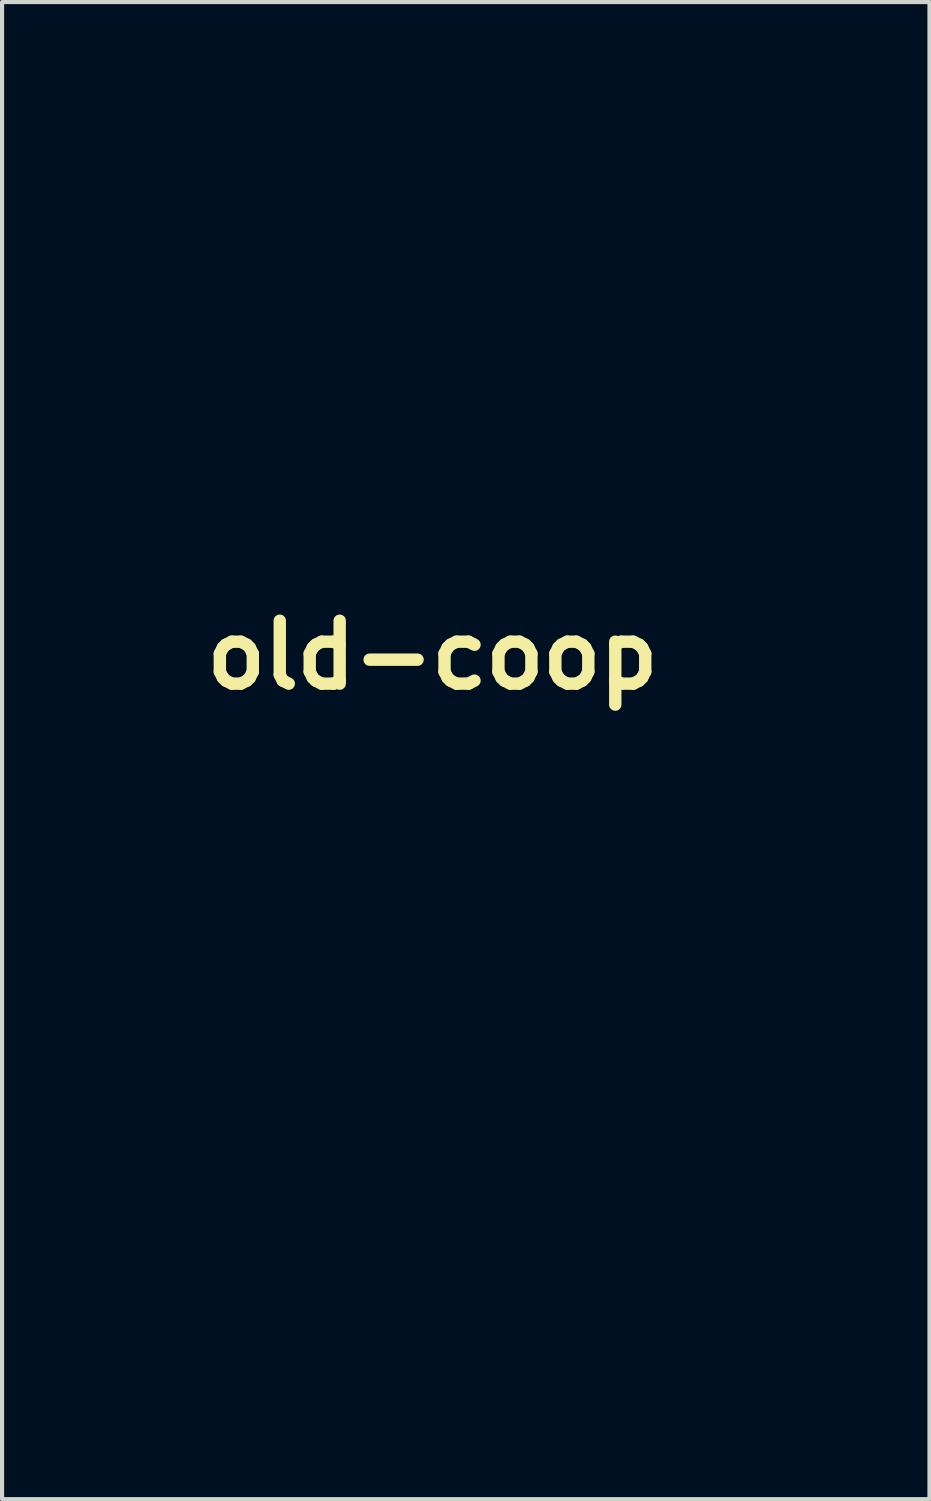
<source format=kicad_pcb>
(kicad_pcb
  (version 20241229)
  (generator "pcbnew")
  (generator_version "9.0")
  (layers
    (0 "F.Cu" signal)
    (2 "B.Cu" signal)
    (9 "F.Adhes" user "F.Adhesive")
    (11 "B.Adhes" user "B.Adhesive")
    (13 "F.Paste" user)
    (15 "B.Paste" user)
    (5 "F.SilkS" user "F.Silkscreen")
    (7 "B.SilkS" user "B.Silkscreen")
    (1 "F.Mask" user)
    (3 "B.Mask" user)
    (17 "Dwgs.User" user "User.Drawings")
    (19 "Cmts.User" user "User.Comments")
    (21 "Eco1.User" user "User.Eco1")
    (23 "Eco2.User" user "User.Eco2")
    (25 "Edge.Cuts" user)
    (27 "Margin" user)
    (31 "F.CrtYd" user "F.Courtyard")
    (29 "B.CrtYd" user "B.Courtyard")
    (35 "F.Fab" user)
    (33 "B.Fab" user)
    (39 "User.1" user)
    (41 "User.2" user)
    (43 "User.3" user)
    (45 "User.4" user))
  (footprint "old-coop"
    (layer "F.Cu")
    (at 7.429 12.823)
    (property "Reference" "old-coop" (at 0 0 0) (layer "F.SilkS") (effects (font (size 1.524 1.524) (thickness 0.3))))
    (attr through_hole)
    (fp_poly (pts (xy -6.181 -5.546) (xy -6.223 -5.503) (xy -6.265 -5.546) (xy -6.223 -5.588) (xy -6.181 -5.546)) (stroke (width 0.01) (type solid)) (fill yes) (layer "F.Mask"))
    (fp_poly (pts (xy -5.842 -5.546) (xy -5.884 -5.503) (xy -5.927 -5.546) (xy -5.884 -5.588) (xy -5.842 -5.546)) (stroke (width 0.01) (type solid)) (fill yes) (layer "F.Mask"))
    (fp_poly (pts (xy -5.249 -2.752) (xy -5.292 -2.709) (xy -5.334 -2.752) (xy -5.292 -2.794) (xy -5.249 -2.752)) (stroke (width 0.01) (type solid)) (fill yes) (layer "F.Mask"))
    (fp_poly (pts (xy -3.048 -11.218) (xy -3.09 -11.176) (xy -3.133 -11.218) (xy -3.09 -11.261) (xy -3.048 -11.218)) (stroke (width 0.01) (type solid)) (fill yes) (layer "F.Mask"))
    (fp_poly (pts (xy -2.286 -9.44) (xy -2.328 -9.398) (xy -2.371 -9.44) (xy -2.328 -9.483) (xy -2.286 -9.44)) (stroke (width 0.01) (type solid)) (fill yes) (layer "F.Mask"))
    (fp_poly (pts (xy -2.286 -7.07) (xy -2.328 -7.027) (xy -2.371 -7.07) (xy -2.328 -7.112) (xy -2.286 -7.07)) (stroke (width 0.01) (type solid)) (fill yes) (layer "F.Mask"))
    (fp_poly (pts (xy -2.201 -6.816) (xy -2.244 -6.773) (xy -2.286 -6.816) (xy -2.244 -6.858) (xy -2.201 -6.816)) (stroke (width 0.01) (type solid)) (fill yes) (layer "F.Mask"))
    (fp_poly (pts (xy -1.355 -2.074) (xy -1.397 -2.032) (xy -1.439 -2.074) (xy -1.397 -2.117) (xy -1.355 -2.074)) (stroke (width 0.01) (type solid)) (fill yes) (layer "F.Mask"))
    (fp_poly (pts (xy 0.847 5.207) (xy 0.804 5.249) (xy 0.762 5.207) (xy 0.804 5.165) (xy 0.847 5.207)) (stroke (width 0.01) (type solid)) (fill yes) (layer "F.Mask"))
    (fp_poly (pts (xy 1.185 6.562) (xy 1.143 6.604) (xy 1.101 6.562) (xy 1.143 6.519) (xy 1.185 6.562)) (stroke (width 0.01) (type solid)) (fill yes) (layer "F.Mask"))
    (fp_poly (pts (xy 1.27 5.884) (xy 1.228 5.927) (xy 1.185 5.884) (xy 1.228 5.842) (xy 1.27 5.884)) (stroke (width 0.01) (type solid)) (fill yes) (layer "F.Mask"))
    (fp_poly (pts (xy 1.27 7.07) (xy 1.228 7.112) (xy 1.185 7.07) (xy 1.228 7.027) (xy 1.27 7.07)) (stroke (width 0.01) (type solid)) (fill yes) (layer "F.Mask"))
    (fp_poly (pts (xy 1.355 6.054) (xy 1.312 6.096) (xy 1.27 6.054) (xy 1.312 6.011) (xy 1.355 6.054)) (stroke (width 0.01) (type solid)) (fill yes) (layer "F.Mask"))
    (fp_poly (pts (xy 1.778 5.8) (xy 1.736 5.842) (xy 1.693 5.8) (xy 1.736 5.757) (xy 1.778 5.8)) (stroke (width 0.01) (type solid)) (fill yes) (layer "F.Mask"))
    (fp_poly (pts (xy 1.863 6.308) (xy 1.82 6.35) (xy 1.778 6.308) (xy 1.82 6.265) (xy 1.863 6.308)) (stroke (width 0.01) (type solid)) (fill yes) (layer "F.Mask"))
    (fp_poly (pts (xy 1.947 1.82) (xy 1.905 1.863) (xy 1.863 1.82) (xy 1.905 1.778) (xy 1.947 1.82)) (stroke (width 0.01) (type solid)) (fill yes) (layer "F.Mask"))
    (fp_poly (pts (xy 2.117 6.646) (xy 2.074 6.689) (xy 2.032 6.646) (xy 2.074 6.604) (xy 2.117 6.646)) (stroke (width 0.01) (type solid)) (fill yes) (layer "F.Mask"))
    (fp_poly (pts (xy 5.757 -7.747) (xy 5.715 -7.705) (xy 5.673 -7.747) (xy 5.715 -7.789) (xy 5.757 -7.747)) (stroke (width 0.01) (type solid)) (fill yes) (layer "F.Mask"))
    (fp_poly (pts (xy 8.721 11.134) (xy 8.678 11.176) (xy 8.636 11.134) (xy 8.678 11.091) (xy 8.721 11.134)) (stroke (width 0.01) (type solid)) (fill yes) (layer "F.Mask"))
    (fp_poly (pts (xy -2.314 -9.2) (xy -2.304 -9.1) (xy -2.314 -9.088) (xy -2.365 -9.099) (xy -2.371 -9.144) (xy -2.34 -9.214) (xy -2.314 -9.2)) (stroke (width 0.01) (type solid)) (fill yes) (layer "F.Mask"))
    (fp_poly (pts (xy 0.654 -7.078) (xy 0.629 -7.04) (xy 0.543 -7.034) (xy 0.453 -7.055) (xy 0.492 -7.085) (xy 0.624 -7.095) (xy 0.654 -7.078)) (stroke (width 0.01) (type solid)) (fill yes) (layer "F.Mask"))
    (fp_poly (pts (xy 0.739 7.738) (xy 0.714 7.777) (xy 0.628 7.783) (xy 0.538 7.762) (xy 0.577 7.731) (xy 0.709 7.721) (xy 0.739 7.738)) (stroke (width 0.01) (type solid)) (fill yes) (layer "F.Mask"))
    (fp_poly (pts (xy 1.58 6.294) (xy 1.591 6.394) (xy 1.58 6.406) (xy 1.53 6.395) (xy 1.524 6.35) (xy 1.555 6.28) (xy 1.58 6.294)) (stroke (width 0.01) (type solid)) (fill yes) (layer "F.Mask"))
    (fp_poly (pts (xy 1.75 6.548) (xy 1.76 6.648) (xy 1.75 6.66) (xy 1.699 6.649) (xy 1.693 6.604) (xy 1.724 6.534) (xy 1.75 6.548)) (stroke (width 0.01) (type solid)) (fill yes) (layer "F.Mask"))
    (fp_poly (pts (xy 2.512 6.04) (xy 2.5 6.09) (xy 2.455 6.096) (xy 2.386 6.065) (xy 2.399 6.04) (xy 2.499 6.029) (xy 2.512 6.04)) (stroke (width 0.01) (type solid)) (fill yes) (layer "F.Mask"))
    (fp_poly (pts (xy 4.798 -6.576) (xy 4.808 -6.475) (xy 4.798 -6.463) (xy 4.747 -6.475) (xy 4.741 -6.519) (xy 4.772 -6.589) (xy 4.798 -6.576)) (stroke (width 0.01) (type solid)) (fill yes) (layer "F.Mask"))
    (fp_poly (pts (xy 8.862 11.12) (xy 8.872 11.22) (xy 8.862 11.232) (xy 8.811 11.221) (xy 8.805 11.176) (xy 8.836 11.106) (xy 8.862 11.12)) (stroke (width 0.01) (type solid)) (fill yes) (layer "F.Mask"))
    (fp_poly (pts (xy -7.282 -4.352) (xy -7.271 -4.341) (xy -7.204 -4.23) (xy -7.213 -4.189) (xy -7.276 -4.214) (xy -7.318 -4.293) (xy -7.344 -4.392) (xy -7.282 -4.352)) (stroke (width 0.01) (type solid)) (fill yes) (layer "F.Mask"))
    (fp_poly (pts (xy 1.159 5.38) (xy 1.127 5.449) (xy 0.989 5.498) (xy 0.894 5.428) (xy 0.917 5.338) (xy 0.971 5.304) (xy 1.102 5.304) (xy 1.159 5.38)) (stroke (width 0.01) (type solid)) (fill yes) (layer "F.Mask"))
    (fp_poly (pts (xy -2.916 -10.69) (xy -2.963 -10.583) (xy -3.051 -10.45) (xy -3.096 -10.414) (xy -3.096 -10.476) (xy -3.048 -10.583) (xy -2.961 -10.716) (xy -2.915 -10.753) (xy -2.916 -10.69)) (stroke (width 0.01) (type solid)) (fill yes) (layer "F.Mask"))
    (fp_poly (pts (xy -2.857 -9.129) (xy -2.877 -9.104) (xy -2.996 -8.986) (xy -3.045 -9.013) (xy -3.048 -9.05) (xy -2.98 -9.141) (xy -2.909 -9.179) (xy -2.818 -9.201) (xy -2.857 -9.129)) (stroke (width 0.01) (type solid)) (fill yes) (layer "F.Mask"))
    (fp_poly (pts (xy -2.524 -9.501) (xy -2.46 -9.393) (xy -2.468 -9.357) (xy -2.556 -9.36) (xy -2.568 -9.37) (xy -2.624 -9.5) (xy -2.625 -9.514) (xy -2.582 -9.545) (xy -2.524 -9.501)) (stroke (width 0.01) (type solid)) (fill yes) (layer "F.Mask"))
    (fp_poly (pts (xy -2.397 -9.767) (xy -2.413 -9.737) (xy -2.493 -9.656) (xy -2.508 -9.652) (xy -2.513 -9.707) (xy -2.498 -9.737) (xy -2.418 -9.818) (xy -2.403 -9.821) (xy -2.397 -9.767)) (stroke (width 0.01) (type solid)) (fill yes) (layer "F.Mask"))
    (fp_poly (pts (xy -2.372 -8.749) (xy -2.371 -8.735) (xy -2.439 -8.672) (xy -2.494 -8.664) (xy -2.579 -8.701) (xy -2.574 -8.735) (xy -2.462 -8.805) (xy -2.45 -8.805) (xy -2.372 -8.749)) (stroke (width 0.01) (type solid)) (fill yes) (layer "F.Mask"))
    (fp_poly (pts (xy 0.335 -6.627) (xy 0.339 -6.604) (xy 0.31 -6.522) (xy 0.301 -6.519) (xy 0.229 -6.579) (xy 0.212 -6.604) (xy 0.218 -6.682) (xy 0.249 -6.689) (xy 0.335 -6.627)) (stroke (width 0.01) (type solid)) (fill yes) (layer "F.Mask"))
    (fp_poly (pts (xy 2.279 6.227) (xy 2.286 6.255) (xy 2.224 6.375) (xy 2.201 6.392) (xy 2.123 6.388) (xy 2.117 6.36) (xy 2.178 6.24) (xy 2.201 6.223) (xy 2.279 6.227)) (stroke (width 0.01) (type solid)) (fill yes) (layer "F.Mask"))
    (fp_poly (pts (xy 2.513 6.32) (xy 2.498 6.35) (xy 2.418 6.431) (xy 2.403 6.435) (xy 2.397 6.38) (xy 2.413 6.35) (xy 2.493 6.269) (xy 2.508 6.265) (xy 2.513 6.32)) (stroke (width 0.01) (type solid)) (fill yes) (layer "F.Mask"))
    (fp_poly (pts (xy 0.819 6.703) (xy 0.95 6.804) (xy 0.983 6.923) (xy 0.984 7.073) (xy 0.948 7.087) (xy 0.853 6.962) (xy 0.807 6.893) (xy 0.716 6.742) (xy 0.722 6.693) (xy 0.819 6.703)) (stroke (width 0.01) (type solid)) (fill yes) (layer "F.Mask"))
    (fp_poly (pts (xy 1.134 -6.951) (xy 1.172 -6.883) (xy 1.211 -6.718) (xy 1.16 -6.611) (xy 1.06 -6.602) (xy 0.974 -6.688) (xy 0.967 -6.824) (xy 1.001 -6.913) (xy 1.07 -7.003) (xy 1.134 -6.951)) (stroke (width 0.01) (type solid)) (fill yes) (layer "F.Mask"))
    (fp_poly (pts (xy -2.85 -9.436) (xy -2.953 -9.326) (xy -3.008 -9.313) (xy -3.138 -9.246) (xy -3.161 -9.207) (xy -3.202 -9.159) (xy -3.209 -9.186) (xy -3.144 -9.368) (xy -2.956 -9.502) (xy -2.946 -9.506) (xy -2.843 -9.514) (xy -2.85 -9.436)) (stroke (width 0.01) (type solid)) (fill yes) (layer "F.Mask"))
    (fp_poly (pts (xy -6.715 -2.829) (xy -6.552 -2.694) (xy -6.435 -2.582) (xy -6.228 -2.377) (xy -6.126 -2.263) (xy -6.111 -2.213) (xy -6.164 -2.201) (xy -6.172 -2.201) (xy -6.268 -2.26) (xy -6.426 -2.408) (xy -6.511 -2.501) (xy -6.698 -2.728) (xy -6.765 -2.839) (xy -6.715 -2.829)) (stroke (width 0.01) (type solid)) (fill yes) (layer "F.Mask"))
    (fp_poly (pts (xy 0.363 -7.268) (xy 0.399 -7.249) (xy 0.367 -7.212) (xy 0.223 -7.197) (xy -0.011 -7.163) (xy -0.279 -7.082) (xy -0.309 -7.07) (xy -0.533 -6.979) (xy -0.635 -6.953) (xy -0.651 -6.991) (xy -0.625 -7.064) (xy -0.524 -7.136) (xy -0.314 -7.202) (xy -0.056 -7.254) (xy 0.19 -7.279) (xy 0.363 -7.268)) (stroke (width 0.01) (type solid)) (fill yes) (layer "F.Mask"))
    (fp_poly (pts (xy 1.566 6.653) (xy 1.668 6.736) (xy 1.753 6.86) (xy 1.726 7.003) (xy 1.69 7.075) (xy 1.561 7.241) (xy 1.449 7.268) (xy 1.387 7.157) (xy 1.385 7.07) (xy 1.419 6.91) (xy 1.471 6.858) (xy 1.487 6.806) (xy 1.439 6.731) (xy 1.389 6.627) (xy 1.445 6.602) (xy 1.566 6.653)) (stroke (width 0.01) (type solid)) (fill yes) (layer "F.Mask"))
    (fp_poly (pts (xy -6.297 -4.708) (xy -6.265 -4.662) (xy -6.195 -4.578) (xy -6.085 -4.526) (xy -5.968 -4.469) (xy -6.005 -4.406) (xy -6.021 -4.395) (xy -6.191 -4.323) (xy -6.264 -4.379) (xy -6.265 -4.403) (xy -6.336 -4.471) (xy -6.435 -4.487) (xy -6.573 -4.54) (xy -6.604 -4.614) (xy -6.533 -4.718) (xy -6.435 -4.741) (xy -6.297 -4.708)) (stroke (width 0.01) (type solid)) (fill yes) (layer "F.Mask"))
    (fp_poly (pts (xy -6.138 -5.797) (xy -6.015 -5.728) (xy -6.034 -5.712) (xy -6.068 -5.719) (xy -6.233 -5.723) (xy -6.302 -5.682) (xy -6.411 -5.639) (xy -6.614 -5.642) (xy -6.653 -5.648) (xy -6.927 -5.65) (xy -7.171 -5.535) (xy -7.209 -5.507) (xy -7.372 -5.391) (xy -7.424 -5.375) (xy -7.391 -5.457) (xy -7.373 -5.491) (xy -7.142 -5.759) (xy -6.826 -5.898) (xy -6.455 -5.901) (xy -6.138 -5.797)) (stroke (width 0.01) (type solid)) (fill yes) (layer "F.Mask"))
    (fp_poly (pts (xy -5.16 -4.248) (xy -5.135 -4.194) (xy -5.095 -4.069) (xy -5.092 -4.042) (xy -5.068 -3.959) (xy -4.997 -3.776) (xy -4.963 -3.694) (xy -4.865 -3.441) (xy -4.831 -3.313) (xy -4.864 -3.321) (xy -4.911 -3.387) (xy -4.977 -3.471) (xy -4.996 -3.408) (xy -4.997 -3.387) (xy -5.022 -3.321) (xy -5.103 -3.396) (xy -5.125 -3.424) (xy -5.217 -3.53) (xy -5.247 -3.5) (xy -5.249 -3.445) (xy -5.298 -3.316) (xy -5.413 -3.329) (xy -5.447 -3.358) (xy -5.504 -3.513) (xy -5.502 -3.75) (xy -5.45 -3.993) (xy -5.357 -4.17) (xy -5.344 -4.182) (xy -5.222 -4.275) (xy -5.16 -4.248)) (stroke (width 0.01) (type solid)) (fill yes) (layer "F.Mask"))
    (fp_poly (pts (xy -6.664 -4.301) (xy -6.69 -4.13) (xy -6.719 -3.985) (xy -6.81 -3.538) (xy -6.492 -3.246) (xy -6.24 -3.052) (xy -6.054 -2.997) (xy -6.012 -3.005) (xy -5.85 -2.99) (xy -5.71 -2.841) (xy -5.558 -2.685) (xy -5.404 -2.625) (xy -5.293 -2.59) (xy -5.292 -2.54) (xy -5.431 -2.462) (xy -5.66 -2.486) (xy -5.943 -2.602) (xy -6.181 -2.755) (xy -6.527 -3.03) (xy -6.813 -3.287) (xy -7.015 -3.501) (xy -7.107 -3.648) (xy -7.111 -3.669) (xy -7.081 -3.707) (xy -7.037 -3.653) (xy -6.978 -3.625) (xy -6.926 -3.752) (xy -6.91 -3.829) (xy -6.839 -4.077) (xy -6.744 -4.272) (xy -6.742 -4.275) (xy -6.681 -4.343) (xy -6.664 -4.301)) (stroke (width 0.01) (type solid)) (fill yes) (layer "F.Mask"))
    (fp_poly (pts (xy 8.111 10.396) (xy 8.111 10.469) (xy 8.142 10.608) (xy 8.191 10.645) (xy 8.287 10.626) (xy 8.287 10.626) (xy 8.636 10.626) (xy 8.678 10.668) (xy 8.721 10.626) (xy 8.678 10.583) (xy 8.636 10.626) (xy 8.287 10.626) (xy 8.297 10.59) (xy 8.368 10.517) (xy 8.472 10.499) (xy 8.591 10.465) (xy 8.589 10.406) (xy 8.6 10.341) (xy 8.689 10.344) (xy 8.822 10.43) (xy 8.849 10.51) (xy 8.902 10.685) (xy 8.965 10.784) (xy 9.034 10.891) (xy 8.983 10.912) (xy 8.801 10.845) (xy 8.667 10.784) (xy 8.44 10.701) (xy 8.321 10.709) (xy 8.329 10.804) (xy 8.38 10.878) (xy 8.452 10.987) (xy 8.418 10.999) (xy 8.307 10.926) (xy 8.166 10.799) (xy 8.021 10.611) (xy 7.96 10.445) (xy 7.994 10.343) (xy 8.047 10.329) (xy 8.111 10.396)) (stroke (width 0.01) (type solid)) (fill yes) (layer "F.Mask"))
    (fp_poly (pts (xy -4.611 3.105) (xy -4.476 3.557) (xy -4.276 3.974) (xy -3.996 4.377) (xy -3.617 4.788) (xy -3.12 5.23) (xy -2.498 5.718) (xy -2.116 6.006) (xy -1.746 6.287) (xy -1.428 6.531) (xy -1.202 6.708) (xy -1.185 6.721) (xy -0.967 6.887) (xy -0.799 6.998) (xy -0.733 7.027) (xy -0.641 7.08) (xy -0.46 7.222) (xy -0.224 7.424) (xy -0.157 7.484) (xy 0.149 7.741) (xy 0.367 7.875) (xy 0.512 7.897) (xy 0.645 7.9) (xy 0.677 7.947) (xy 0.605 8.034) (xy 0.435 8.099) (xy 0.241 8.12) (xy 0.137 8.101) (xy 0.007 8.128) (xy -0.161 8.252) (xy -0.191 8.283) (xy -0.34 8.456) (xy -0.538 8.706) (xy -0.761 9) (xy -0.986 9.306) (xy -1.188 9.589) (xy -1.344 9.819) (xy -1.43 9.962) (xy -1.439 9.989) (xy -1.368 10.069) (xy -1.207 10.115) (xy -1.033 10.116) (xy -0.923 10.062) (xy -0.865 10) (xy -0.795 10.024) (xy -0.69 10.155) (xy -0.54 10.392) (xy -0.419 10.573) (xy -0.359 10.617) (xy -0.341 10.535) (xy -0.341 10.53) (xy -0.289 10.34) (xy -0.226 10.256) (xy -0.144 10.233) (xy -0.055 10.32) (xy 0.064 10.539) (xy 0.089 10.592) (xy 0.2 10.91) (xy 0.262 11.3) (xy 0.277 11.787) (xy 0.245 12.398) (xy 0.211 12.761) (xy 0.205 12.957) (xy 0.21 13.293) (xy 0.224 13.738) (xy 0.247 14.263) (xy 0.278 14.837) (xy 0.297 15.149) (xy 0.332 15.72) (xy 0.364 16.24) (xy 0.39 16.683) (xy 0.409 17.024) (xy 0.42 17.237) (xy 0.423 17.293) (xy 0.402 17.369) (xy 0.315 17.414) (xy 0.129 17.436) (xy -0.19 17.441) (xy -0.214 17.441) (xy -0.539 17.438) (xy -0.737 17.42) (xy -0.847 17.373) (xy -0.91 17.284) (xy -0.942 17.209) (xy -1.016 17.009) (xy -1.135 16.677) (xy -1.29 16.236) (xy -1.473 15.714) (xy -1.675 15.135) (xy -1.886 14.527) (xy -2.098 13.913) (xy -2.301 13.321) (xy -2.487 12.776) (xy -2.648 12.303) (xy -2.773 11.93) (xy -2.854 11.681) (xy -2.871 11.626) (xy -2.941 11.358) (xy -2.949 11.303) (xy -2.879 11.303) (xy -2.836 11.345) (xy -2.794 11.303) (xy -2.836 11.261) (xy -2.879 11.303) (xy -2.949 11.303) (xy -2.965 11.189) (xy -2.939 11.149) (xy -2.919 11.123) (xy -2.98 10.991) (xy -3.024 10.916) (xy -3.101 10.751) (xy -3.22 10.453) (xy -3.368 10.049) (xy -3.537 9.567) (xy -3.716 9.035) (xy -3.791 8.805) (xy -3.994 8.187) (xy -4.213 7.537) (xy -4.43 6.903) (xy -4.631 6.332) (xy -4.799 5.87) (xy -4.815 5.828) (xy -4.972 5.391) (xy -5.103 4.989) (xy -5.199 4.657) (xy -5.247 4.433) (xy -5.25 4.388) (xy -5.22 4.18) (xy -5.139 3.872) (xy -5.023 3.52) (xy -4.978 3.401) (xy -4.705 2.696) (xy -4.611 3.105)) (stroke (width 0.01) (type solid)) (fill yes) (layer "F.Mask"))
    (fp_poly (pts (xy 4.182 2.566) (xy 4.164 2.708) (xy 4.147 2.757) (xy 4.092 2.989) (xy 4.065 3.272) (xy 4.064 3.312) (xy 4.041 3.621) (xy 3.986 3.956) (xy 3.971 4.021) (xy 3.922 4.271) (xy 3.909 4.461) (xy 3.915 4.503) (xy 3.951 4.486) (xy 4.008 4.334) (xy 4.076 4.081) (xy 4.08 4.064) (xy 4.148 3.776) (xy 4.195 3.633) (xy 4.235 3.613) (xy 4.282 3.698) (xy 4.305 3.752) (xy 4.365 3.986) (xy 4.4 4.287) (xy 4.403 4.394) (xy 4.416 4.659) (xy 4.451 5.029) (xy 4.501 5.442) (xy 4.529 5.638) (xy 4.586 6.061) (xy 4.629 6.482) (xy 4.653 6.833) (xy 4.656 6.95) (xy 4.675 7.325) (xy 4.723 7.733) (xy 4.752 7.899) (xy 4.813 8.166) (xy 4.868 8.296) (xy 4.938 8.32) (xy 4.999 8.295) (xy 5.056 8.28) (xy 5.109 8.313) (xy 5.165 8.417) (xy 5.231 8.612) (xy 5.315 8.919) (xy 5.425 9.36) (xy 5.496 9.653) (xy 5.655 10.353) (xy 5.827 11.18) (xy 6.004 12.088) (xy 6.178 13.038) (xy 6.341 13.984) (xy 6.485 14.886) (xy 6.604 15.699) (xy 6.644 16.002) (xy 6.698 16.424) (xy 6.746 16.799) (xy 6.784 17.086) (xy 6.806 17.248) (xy 6.806 17.251) (xy 6.813 17.327) (xy 6.789 17.379) (xy 6.709 17.412) (xy 6.547 17.431) (xy 6.277 17.439) (xy 5.874 17.441) (xy 5.667 17.441) (xy 5.197 17.439) (xy 4.869 17.431) (xy 4.657 17.413) (xy 4.535 17.382) (xy 4.475 17.335) (xy 4.456 17.293) (xy 4.426 17.163) (xy 4.37 16.897) (xy 4.294 16.53) (xy 4.206 16.091) (xy 4.147 15.79) (xy 3.973 14.935) (xy 3.812 14.222) (xy 3.655 13.627) (xy 3.494 13.123) (xy 3.32 12.686) (xy 3.124 12.291) (xy 2.898 11.912) (xy 2.71 11.632) (xy 2.475 11.243) (xy 2.283 10.823) (xy 2.157 10.428) (xy 2.117 10.142) (xy 2.129 10.044) (xy 2.197 10.036) (xy 2.366 10.115) (xy 2.375 10.12) (xy 2.6 10.197) (xy 2.793 10.202) (xy 2.8 10.2) (xy 2.958 10.209) (xy 3.155 10.341) (xy 3.262 10.441) (xy 3.43 10.6) (xy 3.536 10.684) (xy 3.556 10.686) (xy 3.512 10.552) (xy 3.393 10.308) (xy 3.218 9.988) (xy 3.005 9.622) (xy 2.775 9.243) (xy 2.546 8.882) (xy 2.337 8.572) (xy 2.168 8.343) (xy 2.105 8.27) (xy 1.89 8.053) (xy 1.738 7.935) (xy 1.595 7.893) (xy 1.406 7.901) (xy 1.3 7.915) (xy 1.103 7.94) (xy 0.996 7.942) (xy 0.99 7.905) (xy 1.095 7.812) (xy 1.319 7.646) (xy 1.556 7.475) (xy 1.756 7.304) (xy 2.033 7.031) (xy 2.358 6.686) (xy 2.704 6.301) (xy 3.043 5.907) (xy 3.348 5.536) (xy 3.59 5.217) (xy 3.628 5.163) (xy 3.803 4.866) (xy 3.848 4.671) (xy 3.764 4.58) (xy 3.699 4.573) (xy 3.666 4.606) (xy 3.725 4.657) (xy 3.794 4.725) (xy 3.747 4.74) (xy 3.661 4.812) (xy 3.641 4.911) (xy 3.596 5.057) (xy 3.494 5.058) (xy 3.412 4.964) (xy 3.283 4.853) (xy 3.133 4.788) (xy 3.019 4.763) (xy 3.036 4.796) (xy 3.193 4.901) (xy 3.196 4.903) (xy 3.374 5.036) (xy 3.467 5.146) (xy 3.471 5.163) (xy 3.398 5.223) (xy 3.223 5.261) (xy 3.012 5.265) (xy 2.928 5.255) (xy 2.911 5.295) (xy 2.967 5.381) (xy 3.073 5.461) (xy 3.115 5.428) (xy 3.215 5.345) (xy 3.281 5.334) (xy 3.349 5.359) (xy 3.301 5.451) (xy 3.216 5.547) (xy 3.062 5.674) (xy 2.967 5.677) (xy 2.962 5.671) (xy 2.849 5.623) (xy 2.759 5.639) (xy 2.665 5.7) (xy 2.721 5.765) (xy 2.782 5.859) (xy 2.763 5.901) (xy 2.669 5.896) (xy 2.582 5.813) (xy 2.459 5.708) (xy 2.313 5.747) (xy 2.231 5.818) (xy 2.27 5.839) (xy 2.341 5.887) (xy 2.331 5.923) (xy 2.225 5.969) (xy 2.097 5.92) (xy 2.032 5.811) (xy 2.032 5.808) (xy 1.967 5.639) (xy 1.866 5.588) (xy 2.032 5.588) (xy 2.096 5.67) (xy 2.117 5.673) (xy 2.199 5.608) (xy 2.201 5.588) (xy 2.137 5.506) (xy 2.117 5.503) (xy 2.034 5.568) (xy 2.032 5.588) (xy 1.866 5.588) (xy 1.815 5.562) (xy 1.695 5.587) (xy 1.506 5.655) (xy 1.306 5.698) (xy 1.128 5.752) (xy 1.083 5.862) (xy 1.087 5.893) (xy 1.088 5.998) (xy 1.016 5.958) (xy 1.013 5.954) (xy 0.85 5.89) (xy 0.773 5.898) (xy 0.7 5.906) (xy 0.764 5.836) (xy 0.799 5.807) (xy 0.894 5.703) (xy 0.849 5.673) (xy 0.78 5.64) (xy 0.795 5.612) (xy 0.921 5.561) (xy 1.042 5.548) (xy 1.188 5.5) (xy 1.221 5.355) (xy 1.263 5.2) (xy 1.39 5.159) (xy 1.515 5.149) (xy 1.48 5.117) (xy 1.397 5.08) (xy 1.191 5.008) (xy 1.123 5.03) (xy 1.143 5.08) (xy 1.126 5.154) (xy 1.072 5.165) (xy 0.938 5.1) (xy 0.897 4.957) (xy 0.955 4.836) (xy 1 4.757) (xy 0.931 4.741) (xy 0.879 4.724) (xy 1.319 4.724) (xy 1.33 4.826) (xy 1.379 4.963) (xy 1.407 4.995) (xy 1.433 4.924) (xy 1.439 4.834) (xy 1.524 4.834) (xy 1.573 4.856) (xy 1.642 4.808) (xy 1.728 4.705) (xy 1.733 4.669) (xy 1.648 4.675) (xy 1.553 4.759) (xy 1.524 4.834) (xy 1.439 4.834) (xy 1.439 4.826) (xy 1.407 4.688) (xy 1.363 4.657) (xy 1.319 4.724) (xy 0.879 4.724) (xy 0.858 4.717) (xy 0.914 4.64) (xy 1.006 4.468) (xy 1.016 4.395) (xy 1.085 4.243) (xy 1.15 4.2) (xy 1.307 4.152) (xy 1.336 4.188) (xy 1.312 4.233) (xy 1.315 4.312) (xy 1.343 4.318) (xy 1.446 4.252) (xy 1.468 4.212) (xy 1.505 4.187) (xy 1.517 4.262) (xy 1.584 4.428) (xy 1.714 4.578) (xy 1.836 4.705) (xy 1.824 4.787) (xy 1.792 4.813) (xy 1.696 4.907) (xy 1.686 4.941) (xy 1.683 5.038) (xy 1.664 5.151) (xy 1.66 5.186) (xy 1.581 5.264) (xy 1.501 5.267) (xy 1.378 5.287) (xy 1.355 5.33) (xy 1.42 5.415) (xy 1.444 5.419) (xy 1.495 5.471) (xy 1.482 5.503) (xy 1.485 5.581) (xy 1.513 5.588) (xy 1.597 5.518) (xy 1.625 5.461) (xy 2.371 5.461) (xy 2.413 5.503) (xy 2.455 5.461) (xy 2.413 5.419) (xy 2.371 5.461) (xy 1.625 5.461) (xy 1.675 5.361) (xy 1.692 5.292) (xy 1.947 5.292) (xy 1.99 5.334) (xy 2.032 5.292) (xy 1.99 5.249) (xy 1.947 5.292) (xy 1.692 5.292) (xy 1.714 5.196) (xy 1.71 5.144) (xy 1.726 5.122) (xy 2.54 5.122) (xy 2.582 5.165) (xy 2.625 5.122) (xy 2.582 5.08) (xy 2.54 5.122) (xy 1.726 5.122) (xy 1.756 5.082) (xy 1.772 5.08) (xy 1.854 5.008) (xy 1.88 4.953) (xy 2.54 4.953) (xy 2.582 4.995) (xy 2.625 4.953) (xy 2.582 4.911) (xy 2.54 4.953) (xy 1.88 4.953) (xy 1.921 4.868) (xy 2.032 4.868) (xy 2.074 4.911) (xy 2.117 4.868) (xy 2.074 4.826) (xy 2.032 4.868) (xy 1.921 4.868) (xy 1.936 4.838) (xy 1.987 4.636) (xy 1.989 4.614) (xy 2.038 4.572) (xy 2.963 4.572) (xy 2.994 4.642) (xy 3.02 4.628) (xy 3.03 4.528) (xy 3.02 4.516) (xy 2.969 4.527) (xy 2.963 4.572) (xy 2.038 4.572) (xy 2.062 4.552) (xy 2.11 4.554) (xy 2.187 4.521) (xy 2.174 4.394) (xy 2.188 4.207) (xy 2.333 4.045) (xy 2.479 3.907) (xy 2.54 3.801) (xy 2.54 3.8) (xy 2.593 3.684) (xy 2.704 3.542) (xy 2.817 3.429) (xy 2.845 3.44) (xy 2.827 3.524) (xy 2.831 3.642) (xy 2.954 3.681) (xy 3.013 3.683) (xy 3.16 3.655) (xy 3.29 3.549) (xy 3.438 3.33) (xy 3.491 3.237) (xy 3.662 2.971) (xy 3.838 2.755) (xy 3.997 2.606) (xy 4.119 2.537) (xy 4.182 2.566)) (stroke (width 0.01) (type solid)) (fill yes) (layer "F.Mask"))
    (fp_poly (pts (xy 1.614 -12.81) (xy 1.742 -12.772) (xy 1.747 -12.766) (xy 1.853 -12.72) (xy 2.058 -12.7) (xy 2.102 -12.7) (xy 2.394 -12.692) (xy 2.664 -12.664) (xy 2.667 -12.663) (xy 2.922 -12.631) (xy 3.225 -12.607) (xy 3.281 -12.604) (xy 3.501 -12.581) (xy 3.628 -12.543) (xy 3.641 -12.526) (xy 3.712 -12.462) (xy 3.852 -12.411) (xy 4.011 -12.343) (xy 4.064 -12.275) (xy 4.132 -12.2) (xy 4.184 -12.192) (xy 4.312 -12.12) (xy 4.491 -11.925) (xy 4.699 -11.638) (xy 4.915 -11.287) (xy 5.118 -10.903) (xy 5.173 -10.787) (xy 5.492 -9.885) (xy 5.666 -8.896) (xy 5.694 -8.503) (xy 5.721 -7.905) (xy 4.968 -7.889) (xy 4.62 -7.875) (xy 4.333 -7.852) (xy 4.152 -7.824) (xy 4.119 -7.812) (xy 3.968 -7.766) (xy 3.765 -7.744) (xy 3.547 -7.719) (xy 3.405 -7.674) (xy 3.314 -7.539) (xy 3.322 -7.369) (xy 3.426 -7.252) (xy 3.428 -7.251) (xy 3.509 -7.176) (xy 3.484 -7.019) (xy 3.472 -6.988) (xy 3.431 -6.831) (xy 3.485 -6.776) (xy 3.526 -6.773) (xy 3.614 -6.749) (xy 3.562 -6.653) (xy 3.516 -6.55) (xy 3.618 -6.485) (xy 3.636 -6.478) (xy 3.776 -6.38) (xy 3.81 -6.292) (xy 3.787 -6.206) (xy 3.694 -6.257) (xy 3.683 -6.265) (xy 3.578 -6.319) (xy 3.556 -6.281) (xy 3.626 -6.181) (xy 3.786 -6.13) (xy 3.958 -6.146) (xy 4.022 -6.181) (xy 4.15 -6.232) (xy 4.313 -6.16) (xy 4.333 -6.146) (xy 4.613 -6.023) (xy 4.862 -6.056) (xy 5.044 -6.222) (xy 5.182 -6.432) (xy 5.33 -6.25) (xy 5.503 -6.119) (xy 5.654 -6.135) (xy 5.739 -6.28) (xy 5.742 -6.41) (xy 5.643 -6.624) (xy 5.426 -6.834) (xy 5.138 -7.005) (xy 4.884 -7.087) (xy 4.737 -7.139) (xy 4.714 -7.196) (xy 4.715 -7.197) (xy 4.838 -7.253) (xy 5.033 -7.296) (xy 5.236 -7.318) (xy 5.383 -7.312) (xy 5.419 -7.286) (xy 5.488 -7.209) (xy 5.569 -7.177) (xy 5.65 -7.112) (xy 5.737 -6.946) (xy 5.838 -6.658) (xy 5.961 -6.228) (xy 5.988 -6.13) (xy 6.126 -5.607) (xy 6.224 -5.211) (xy 6.286 -4.906) (xy 6.315 -4.655) (xy 6.315 -4.423) (xy 6.29 -4.172) (xy 6.244 -3.867) (xy 6.233 -3.796) (xy 6.168 -3.358) (xy 6.107 -2.897) (xy 6.063 -2.498) (xy 6.055 -2.413) (xy 5.99 -1.692) (xy 5.93 -1.109) (xy 5.87 -0.633) (xy 5.805 -0.233) (xy 5.731 0.121) (xy 5.643 0.462) (xy 5.582 0.667) (xy 5.403 1.177) (xy 5.214 1.547) (xy 4.995 1.807) (xy 4.727 1.984) (xy 4.716 1.99) (xy 4.483 2.101) (xy 4.338 2.155) (xy 4.218 2.162) (xy 4.058 2.133) (xy 3.979 2.116) (xy 3.805 2.074) (xy 3.745 2.046) (xy 3.753 2.043) (xy 3.757 1.986) (xy 3.684 1.893) (xy 3.494 1.795) (xy 3.22 1.755) (xy 3.212 1.755) (xy 3.002 1.74) (xy 2.886 1.703) (xy 2.879 1.689) (xy 2.81 1.645) (xy 2.731 1.648) (xy 2.544 1.624) (xy 2.477 1.587) (xy 2.385 1.552) (xy 2.371 1.598) (xy 2.298 1.67) (xy 2.159 1.693) (xy 2 1.664) (xy 1.947 1.609) (xy 1.887 1.535) (xy 1.766 1.535) (xy 1.679 1.608) (xy 1.679 1.61) (xy 1.596 1.637) (xy 1.441 1.599) (xy 1.283 1.523) (xy 1.191 1.438) (xy 1.186 1.418) (xy 1.121 1.356) (xy 1.103 1.355) (xy 1.057 1.417) (xy 1.07 1.482) (xy 1.08 1.592) (xy 1.005 1.592) (xy 0.886 1.489) (xy 0.847 1.44) (xy 0.699 1.322) (xy 0.587 1.314) (xy 0.425 1.309) (xy 0.223 1.24) (xy 0.062 1.142) (xy 0.017 1.079) (xy 0.003 0.95) (xy 0 0.838) (xy -0.036 0.708) (xy -0.131 0.71) (xy -0.22 0.718) (xy -0.217 0.686) (xy -0.246 0.593) (xy -0.381 0.474) (xy -0.382 0.473) (xy -0.534 0.335) (xy -0.593 0.21) (xy -0.658 0.07) (xy -0.754 -0.014) (xy -0.864 -0.137) (xy -0.871 -0.227) (xy -0.884 -0.326) (xy -0.922 -0.339) (xy -1.004 -0.407) (xy -1.016 -0.471) (xy -1.05 -0.563) (xy -1.086 -0.56) (xy -1.186 -0.583) (xy -1.292 -0.676) (xy -1.292 -0.677) (xy 0.108 -0.677) (xy 0.126 -0.566) (xy 0.233 -0.517) (xy 0.424 -0.508) (xy 0.654 -0.535) (xy 0.667 -0.541) (xy 1.299 -0.541) (xy 1.312 -0.508) (xy 1.424 -0.426) (xy 1.449 -0.423) (xy 1.495 -0.475) (xy 1.482 -0.508) (xy 1.37 -0.59) (xy 1.345 -0.593) (xy 1.299 -0.541) (xy 0.667 -0.541) (xy 0.805 -0.6) (xy 0.821 -0.62) (xy 0.829 -0.624) (xy 1.609 -0.624) (xy 1.657 -0.489) (xy 1.665 -0.48) (xy 1.756 -0.46) (xy 1.765 -0.467) (xy 1.754 -0.554) (xy 1.709 -0.611) (xy 1.65 -0.644) (xy 2.378 -0.644) (xy 2.385 -0.557) (xy 2.459 -0.433) (xy 2.483 -0.408) (xy 2.619 -0.332) (xy 2.803 -0.288) (xy 2.968 -0.286) (xy 3.047 -0.332) (xy 3.048 -0.338) (xy 3.12 -0.406) (xy 3.26 -0.458) (xy 3.418 -0.522) (xy 3.471 -0.584) (xy 3.397 -0.634) (xy 3.212 -0.675) (xy 2.977 -0.702) (xy 2.75 -0.71) (xy 2.591 -0.692) (xy 2.554 -0.667) (xy 2.473 -0.629) (xy 2.448 -0.639) (xy 2.378 -0.644) (xy 1.65 -0.644) (xy 1.624 -0.659) (xy 1.609 -0.624) (xy 0.829 -0.624) (xy 0.935 -0.684) (xy 1.177 -0.751) (xy 1.505 -0.81) (xy 1.567 -0.818) (xy 2.334 -0.895) (xy 3.026 -0.921) (xy 3.624 -0.897) (xy 4.11 -0.824) (xy 4.464 -0.705) (xy 4.625 -0.594) (xy 4.827 -0.448) (xy 4.986 -0.457) (xy 5.046 -0.522) (xy 5.029 -0.632) (xy 4.917 -0.777) (xy 4.763 -0.908) (xy 4.62 -0.976) (xy 4.565 -0.969) (xy 4.467 -0.997) (xy 4.304 -1.122) (xy 4.201 -1.223) (xy 4.027 -1.393) (xy 3.876 -1.482) (xy 3.68 -1.514) (xy 3.412 -1.514) (xy 3.104 -1.524) (xy 2.841 -1.563) (xy 2.72 -1.603) (xy 2.555 -1.656) (xy 2.328 -1.652) (xy 2.049 -1.605) (xy 1.769 -1.538) (xy 1.553 -1.468) (xy 1.469 -1.427) (xy 1.312 -1.349) (xy 1.173 -1.311) (xy 0.866 -1.212) (xy 0.567 -1.053) (xy 0.438 -0.953) (xy 0.289 -0.861) (xy 0.224 -0.847) (xy 0.135 -0.775) (xy 0.108 -0.677) (xy -1.292 -0.677) (xy -1.373 -0.813) (xy -1.33 -0.869) (xy -1.29 -0.946) (xy -1.375 -1.121) (xy -1.38 -1.128) (xy -1.458 -1.281) (xy -1.456 -1.312) (xy -0.339 -1.312) (xy -0.296 -1.27) (xy -0.254 -1.312) (xy -0.296 -1.355) (xy -0.339 -1.312) (xy -1.456 -1.312) (xy -1.454 -1.354) (xy -1.447 -1.355) (xy -1.398 -1.425) (xy -1.4 -1.482) (xy -0.847 -1.482) (xy -0.804 -1.439) (xy -0.762 -1.482) (xy -0.804 -1.524) (xy -0.847 -1.482) (xy -1.4 -1.482) (xy -1.403 -1.557) (xy -1.401 -1.648) (xy -1.163 -1.648) (xy -1.146 -1.614) (xy -1.066 -1.527) (xy -1.051 -1.588) (xy -1.071 -1.655) (xy -1.134 -1.747) (xy -1.162 -1.745) (xy -1.163 -1.648) (xy -1.401 -1.648) (xy -1.399 -1.752) (xy -1.341 -1.945) (xy -1.253 -2.087) (xy -1.158 -2.129) (xy -1.128 -2.11) (xy -1.013 -2.087) (xy -0.934 -2.155) (xy -0.876 -2.264) (xy -0.921 -2.286) (xy -1.012 -2.327) (xy -0.985 -2.414) (xy -0.857 -2.494) (xy -0.848 -2.497) (xy -0.736 -2.567) (xy -0.706 -2.71) (xy -0.717 -2.836) (xy -0.593 -2.836) (xy -0.55 -2.794) (xy -0.508 -2.836) (xy -0.55 -2.879) (xy -0.593 -2.836) (xy -0.717 -2.836) (xy -0.718 -2.853) (xy -0.769 -3.114) (xy -0.834 -3.213) (xy -0.919 -3.154) (xy -0.935 -3.13) (xy -1 -3.06) (xy -1.015 -3.114) (xy -0.948 -3.236) (xy -0.889 -3.271) (xy -0.802 -3.349) (xy -0.803 -3.354) (xy 0.931 -3.354) (xy 0.947 -3.148) (xy 1.015 -3.062) (xy 1.122 -3.046) (xy 1.296 -3.006) (xy 1.553 -2.902) (xy 1.772 -2.792) (xy 2.082 -2.65) (xy 2.332 -2.59) (xy 2.494 -2.616) (xy 2.54 -2.705) (xy 2.611 -2.784) (xy 2.775 -2.869) (xy 2.96 -2.931) (xy 3.093 -2.94) (xy 3.109 -2.93) (xy 3.141 -2.817) (xy 3.148 -2.605) (xy 3.146 -2.538) (xy 3.148 -2.327) (xy 3.178 -2.21) (xy 3.193 -2.202) (xy 3.235 -2.278) (xy 3.265 -2.47) (xy 3.272 -2.593) (xy 3.329 -2.938) (xy 3.465 -3.166) (xy 3.665 -3.259) (xy 3.791 -3.247) (xy 3.922 -3.191) (xy 3.907 -3.1) (xy 3.878 -3.059) (xy 3.863 -3.018) (xy 3.951 -3.081) (xy 4.003 -3.126) (xy 4.156 -3.292) (xy 4.232 -3.431) (xy 4.233 -3.446) (xy 4.168 -3.576) (xy 4.014 -3.616) (xy 3.836 -3.552) (xy 3.83 -3.547) (xy 3.739 -3.486) (xy 3.741 -3.504) (xy 3.723 -3.599) (xy 3.602 -3.748) (xy 3.419 -3.915) (xy 3.213 -4.064) (xy 3.027 -4.161) (xy 2.977 -4.175) (xy 2.756 -4.16) (xy 2.501 -4.065) (xy 2.481 -4.055) (xy 2.238 -3.948) (xy 2.017 -3.896) (xy 1.993 -3.895) (xy 1.776 -3.841) (xy 1.657 -3.762) (xy 1.568 -3.689) (xy 1.532 -3.736) (xy 1.527 -3.91) (xy 1.566 -4.159) (xy 1.654 -4.355) (xy 1.765 -4.545) (xy 1.74 -4.641) (xy 1.657 -4.657) (xy 1.535 -4.584) (xy 1.381 -4.395) (xy 1.219 -4.134) (xy 1.074 -3.844) (xy 0.97 -3.568) (xy 0.931 -3.354) (xy -0.803 -3.354) (xy -0.808 -3.392) (xy -0.913 -3.43) (xy -0.976 -3.416) (xy -1.086 -3.434) (xy -1.117 -3.601) (xy -1.109 -3.694) (xy -1.175 -3.773) (xy -1.351 -3.837) (xy -1.381 -3.844) (xy -1.647 -3.94) (xy -1.867 -4.086) (xy -2.008 -4.203) (xy -2.084 -4.236) (xy -2.086 -4.233) (xy -2.165 -4.242) (xy -2.353 -4.307) (xy -2.57 -4.397) (xy -2.809 -4.517) (xy -2.961 -4.62) (xy -2.992 -4.678) (xy -3 -4.713) (xy 2.06 -4.713) (xy 2.072 -4.663) (xy 2.117 -4.657) (xy 2.186 -4.688) (xy 2.173 -4.713) (xy 2.073 -4.723) (xy 2.06 -4.713) (xy -3 -4.713) (xy -3.004 -4.731) (xy 2.286 -4.731) (xy 2.352 -4.669) (xy 2.494 -4.662) (xy 2.631 -4.708) (xy 2.67 -4.747) (xy 2.701 -4.853) (xy 2.693 -4.871) (xy 2.588 -4.882) (xy 2.43 -4.838) (xy 2.307 -4.769) (xy 2.286 -4.731) (xy -3.004 -4.731) (xy -3.014 -4.775) (xy -3.125 -4.881) (xy -3.26 -4.944) (xy -3.329 -4.936) (xy -3.373 -4.971) (xy -3.372 -5.09) (xy -3.382 -5.239) (xy -3.502 -5.288) (xy -3.556 -5.29) (xy -3.764 -5.36) (xy -3.916 -5.572) (xy -4.017 -5.936) (xy -4.035 -6.054) (xy -4.057 -6.304) (xy -4.035 -6.392) (xy -3.725 -6.392) (xy -3.683 -6.35) (xy -3.641 -6.392) (xy -3.683 -6.435) (xy -3.725 -6.392) (xy -4.035 -6.392) (xy -4.018 -6.465) (xy -3.892 -6.614) (xy -3.822 -6.678) (xy -3.756 -6.745) (xy -2.596 -6.745) (xy -2.585 -6.695) (xy -2.54 -6.689) (xy -2.47 -6.72) (xy -2.484 -6.745) (xy -2.584 -6.755) (xy -2.596 -6.745) (xy -3.756 -6.745) (xy -3.656 -6.846) (xy -3.563 -6.978) (xy -3.556 -7.006) (xy -3.489 -7.06) (xy -3.387 -7.052) (xy -3.248 -7.061) (xy -3.223 -7.142) (xy -3.323 -7.225) (xy -3.353 -7.263) (xy -3.281 -7.275) (xy -3.156 -7.214) (xy -3.133 -7.112) (xy -3.114 -6.975) (xy -3.033 -6.957) (xy -2.873 -7.03) (xy -2.767 -7.146) (xy -2.713 -7.312) (xy -2.719 -7.464) (xy -2.796 -7.535) (xy -2.803 -7.535) (xy -2.858 -7.473) (xy -2.844 -7.399) (xy -2.837 -7.302) (xy -2.927 -7.314) (xy -3.066 -7.359) (xy -3.103 -7.366) (xy -3.091 -7.417) (xy -3.033 -7.49) (xy -2.878 -7.666) (xy -2.81 -7.746) (xy -2.685 -7.831) (xy -2.615 -7.826) (xy -2.581 -7.73) (xy -2.616 -7.673) (xy -2.652 -7.519) (xy -2.629 -7.458) (xy -2.59 -7.294) (xy -2.597 -7.099) (xy -2.599 -6.916) (xy -2.53 -6.877) (xy -2.45 -6.819) (xy -2.408 -6.622) (xy -2.407 -6.614) (xy -2.41 -6.44) (xy -2.449 -6.426) (xy -2.461 -6.444) (xy -2.55 -6.514) (xy -2.632 -6.462) (xy -2.669 -6.362) (xy -2.585 -6.223) (xy -2.508 -6.141) (xy -2.363 -5.981) (xy -2.288 -5.871) (xy -2.286 -5.859) (xy -2.218 -5.788) (xy -2.047 -5.673) (xy -1.824 -5.542) (xy -1.6 -5.424) (xy -1.424 -5.348) (xy -1.363 -5.334) (xy -1.281 -5.402) (xy -1.27 -5.461) (xy -1.339 -5.571) (xy -1.407 -5.588) (xy -1.497 -5.612) (xy -1.445 -5.708) (xy -1.444 -5.71) (xy -1.302 -5.791) (xy -1.221 -5.786) (xy -1.119 -5.805) (xy -1.101 -5.88) (xy -1.063 -5.976) (xy -1.02 -5.971) (xy -0.972 -5.861) (xy -0.983 -5.805) (xy -0.952 -5.688) (xy -0.855 -5.633) (xy -0.724 -5.553) (xy -0.7 -5.487) (xy -0.645 -5.41) (xy -0.538 -5.38) (xy -0.412 -5.388) (xy -0.425 -5.473) (xy -0.449 -5.513) (xy -0.598 -5.657) (xy -0.694 -5.702) (xy -0.822 -5.78) (xy -0.847 -5.838) (xy -0.782 -5.892) (xy -0.578 -5.9) (xy -0.36 -5.882) (xy -0.052 -5.865) (xy 0.216 -5.881) (xy 0.335 -5.907) (xy 0.415 -5.949) (xy 0.378 -5.981) (xy 0.208 -6.007) (xy -0.073 -6.03) (xy -0.389 -6.066) (xy -0.644 -6.119) (xy -0.784 -6.178) (xy -0.789 -6.182) (xy -0.839 -6.257) (xy -0.75 -6.241) (xy -0.742 -6.239) (xy -0.517 -6.183) (xy -0.239 -6.144) (xy 0.032 -6.127) (xy 0.236 -6.135) (xy 0.301 -6.156) (xy 0.412 -6.271) (xy 0.534 -6.432) (xy 0.642 -6.545) (xy 0.695 -6.501) (xy 0.687 -6.327) (xy 0.752 -6.266) (xy 0.923 -6.212) (xy 0.926 -6.211) (xy 1.098 -6.152) (xy 1.176 -6.029) (xy 1.202 -5.853) (xy 1.232 -5.65) (xy 1.306 -5.569) (xy 1.468 -5.563) (xy 1.475 -5.564) (xy 1.669 -5.602) (xy 1.773 -5.664) (xy 1.881 -5.751) (xy 2.062 -5.836) (xy 2.242 -5.891) (xy 2.352 -5.889) (xy 2.354 -5.887) (xy 2.334 -5.845) (xy 2.3 -5.842) (xy 2.231 -5.768) (xy 2.201 -5.59) (xy 2.201 -5.582) (xy 2.216 -5.406) (xy 2.286 -5.358) (xy 2.392 -5.381) (xy 2.578 -5.452) (xy 2.626 -5.533) (xy 2.56 -5.672) (xy 2.556 -5.678) (xy 2.513 -5.778) (xy 4.693 -5.778) (xy 4.777 -5.764) (xy 4.886 -5.78) (xy 4.888 -5.808) (xy 4.774 -5.829) (xy 4.725 -5.815) (xy 4.693 -5.778) (xy 2.513 -5.778) (xy 2.477 -5.86) (xy 5.012 -5.86) (xy 5.038 -5.845) (xy 5.177 -5.887) (xy 5.249 -5.927) (xy 5.317 -5.994) (xy 5.292 -6.009) (xy 5.153 -5.967) (xy 5.08 -5.927) (xy 5.012 -5.86) (xy 2.477 -5.86) (xy 2.463 -5.89) (xy 2.373 -6.197) (xy 2.298 -6.541) (xy 2.25 -6.861) (xy 2.242 -7.1) (xy 2.25 -7.148) (xy 2.269 -7.416) (xy 2.193 -7.616) (xy 2.04 -7.704) (xy 2.018 -7.705) (xy 1.833 -7.755) (xy 1.627 -7.878) (xy 1.625 -7.879) (xy 1.518 -7.952) (xy 1.394 -8) (xy 1.218 -8.027) (xy 0.958 -8.038) (xy 0.579 -8.037) (xy 0.326 -8.032) (xy -0.076 -8.021) (xy -0.405 -8.004) (xy -0.63 -7.985) (xy -0.721 -7.965) (xy -0.722 -7.962) (xy -0.781 -7.914) (xy -0.966 -7.829) (xy -1.24 -7.723) (xy -1.34 -7.688) (xy -1.654 -7.587) (xy -1.823 -7.549) (xy -1.842 -7.576) (xy -1.82 -7.595) (xy -1.708 -7.688) (xy -1.74 -7.702) (xy -1.863 -7.674) (xy -2.046 -7.634) (xy -2.135 -7.621) (xy -2.163 -7.557) (xy -2.147 -7.493) (xy -2.161 -7.384) (xy -2.232 -7.366) (xy -2.326 -7.419) (xy -2.317 -7.493) (xy -2.32 -7.602) (xy -2.362 -7.62) (xy -2.438 -7.691) (xy -2.455 -7.784) (xy -2.494 -7.946) (xy -2.54 -8.001) (xy -2.596 -8.1) (xy -2.516 -8.1) (xy -2.477 -8.028) (xy -2.457 -8.003) (xy -2.338 -7.886) (xy -2.289 -7.913) (xy -2.286 -7.95) (xy -2.354 -8.041) (xy -2.425 -8.079) (xy -2.516 -8.1) (xy -2.596 -8.1) (xy -2.605 -8.118) (xy -2.625 -8.263) (xy -2.641 -8.408) (xy -2.723 -8.418) (xy -2.815 -8.375) (xy -2.938 -8.32) (xy -2.93 -8.356) (xy -2.915 -8.374) (xy -2.762 -8.476) (xy -2.603 -8.507) (xy -2.499 -8.46) (xy -2.487 -8.405) (xy -2.439 -8.268) (xy -2.392 -8.236) (xy -2.323 -8.256) (xy -2.337 -8.333) (xy -2.347 -8.447) (xy -2.316 -8.468) (xy -2.186 -8.51) (xy -2.13 -8.541) (xy -2.06 -8.621) (xy -2.101 -8.746) (xy -2.129 -8.794) (xy -2.198 -8.971) (xy -2.182 -9.017) (xy -2.117 -9.017) (xy -2.074 -8.975) (xy -2.032 -9.017) (xy -2.074 -9.059) (xy -2.117 -9.017) (xy -2.182 -9.017) (xy -2.14 -9.138) (xy -2.139 -9.14) (xy -2.084 -9.3) (xy -2.12 -9.358) (xy -2.169 -9.455) (xy -2.159 -9.483) (xy -2.173 -9.586) (xy -2.201 -9.61) (xy -2.262 -9.694) (xy -2.117 -9.694) (xy -2.074 -9.652) (xy -2.032 -9.694) (xy -2.074 -9.737) (xy -2.117 -9.694) (xy -2.262 -9.694) (xy -2.265 -9.698) (xy -2.261 -9.721) (xy -2.296 -9.812) (xy -2.42 -9.959) (xy -2.442 -9.98) (xy -2.574 -10.089) (xy -2.606 -10.068) (xy -2.598 -10.043) (xy -2.589 -9.928) (xy -2.623 -9.906) (xy -2.742 -9.982) (xy -2.812 -10.179) (xy -2.822 -10.454) (xy -2.815 -10.511) (xy -2.806 -10.747) (xy -2.865 -10.865) (xy -2.9 -10.883) (xy -2.968 -10.932) (xy -2.975 -11.031) (xy -2.916 -11.224) (xy -2.873 -11.341) (xy -2.794 -11.581) (xy -2.762 -11.753) (xy -2.77 -11.801) (xy -2.748 -11.845) (xy -2.676 -11.853) (xy -2.575 -11.887) (xy -2.577 -11.929) (xy -2.553 -12.018) (xy -2.492 -12.056) (xy -2.405 -12.139) (xy -2.413 -12.191) (xy -2.406 -12.27) (xy -2.376 -12.277) (xy -2.29 -12.342) (xy -2.286 -12.367) (xy -2.245 -12.474) (xy -2.154 -12.588) (xy -2.063 -12.659) (xy -2.022 -12.643) (xy -2.016 -12.529) (xy -1.942 -12.502) (xy -1.753 -12.488) (xy -1.645 -12.486) (xy -1.42 -12.496) (xy -1.286 -12.518) (xy -1.27 -12.531) (xy -1.193 -12.559) (xy -1.001 -12.583) (xy -0.88 -12.591) (xy -0.618 -12.623) (xy -0.417 -12.681) (xy -0.371 -12.709) (xy -0.249 -12.772) (xy -0.205 -12.764) (xy -0.101 -12.751) (xy 0.096 -12.778) (xy 0.131 -12.786) (xy 0.333 -12.811) (xy 0.422 -12.779) (xy 0.423 -12.772) (xy 0.496 -12.732) (xy 0.679 -12.741) (xy 0.715 -12.747) (xy 1.056 -12.797) (xy 1.371 -12.818) (xy 1.614 -12.81)) (stroke (width 0.01) (type solid)) (fill yes) (layer "F.Mask")))
  (gr_rect
    (start -3 -3)
    (end 19.468 33.269)
    (stroke (width 0.1) (type default))
    (fill no)
    (layer "Edge.Cuts")))
</source>
